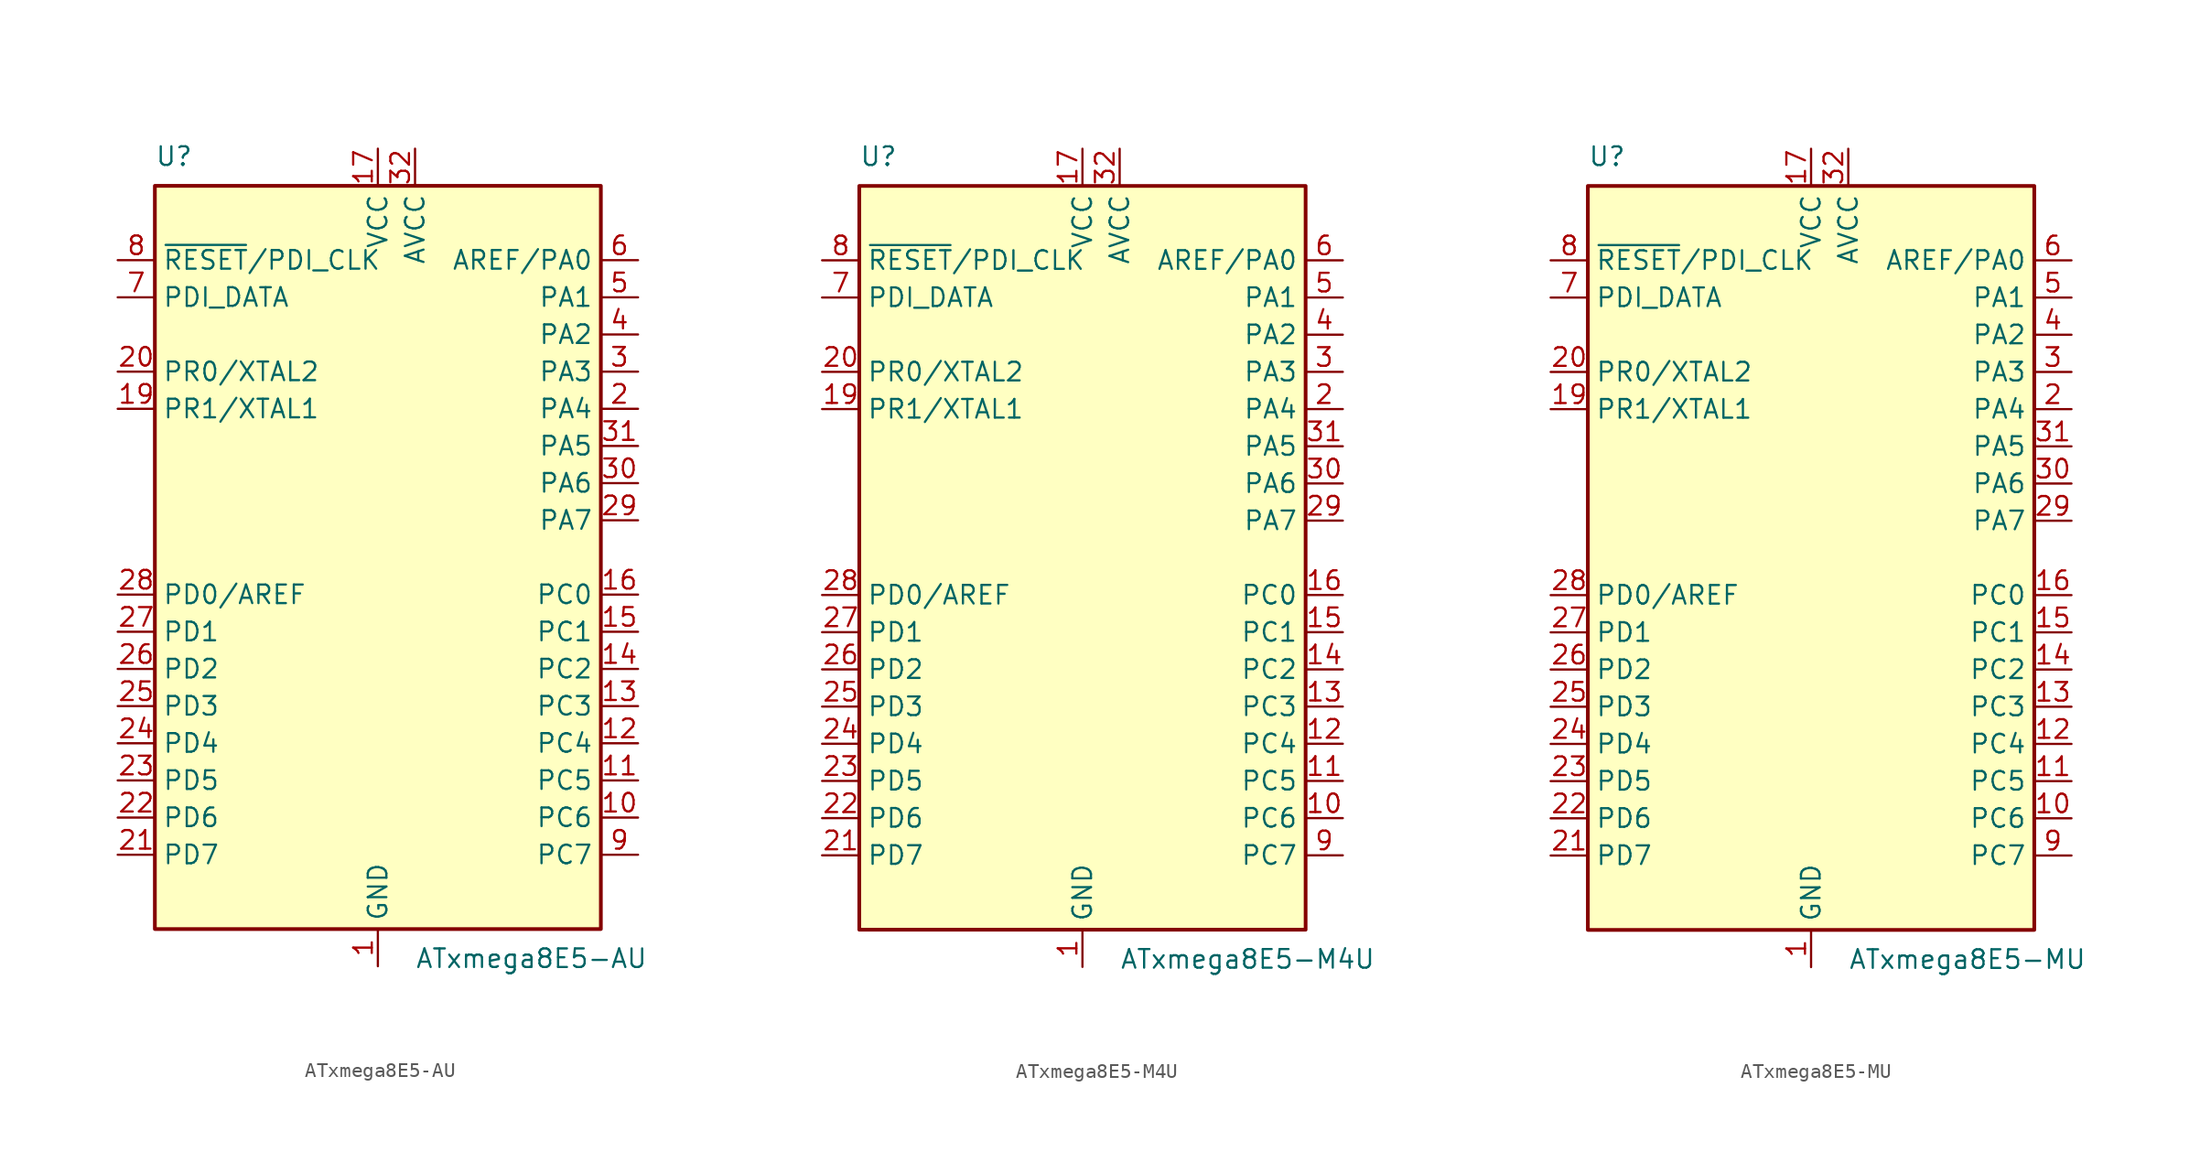
<source format=kicad_sym>
(kicad_symbol_lib
  (version 20211014)
  (generator kicad_symbol_editor)
  (symbol "ATxmega8E5-AU"
    (property "Reference" "U"
      (at -15.24 26.67 0)
      (effects (font (size 1.27 1.27)) (justify left bottom)))
    (property "Value" "ATxmega8E5-AU"
      (at 2.54 -26.67 0)
      (effects (font (size 1.27 1.27)) (justify left top)))
    (symbol "ATxmega8E5-AU_0_1"
      (rectangle (start -15.24 -25.4) (end 15.24 25.4) (stroke (width 0.254) (type default) (color 0 0 0 0)) (fill (type background))))
    (symbol "ATxmega8E5-AU_1_1"
      (pin power_in line (at 0 -27.94 90) (length 2.54) (name "GND" (effects (font (size 1.27 1.27)))) (number "1" (effects (font (size 1.27 1.27)))))
      (pin bidirectional line (at 17.78 -17.78 180) (length 2.54) (name "PC6" (effects (font (size 1.27 1.27)))) (number "10" (effects (font (size 1.27 1.27)))))
      (pin bidirectional line (at 17.78 -15.24 180) (length 2.54) (name "PC5" (effects (font (size 1.27 1.27)))) (number "11" (effects (font (size 1.27 1.27)))))
      (pin bidirectional line (at 17.78 -12.7 180) (length 2.54) (name "PC4" (effects (font (size 1.27 1.27)))) (number "12" (effects (font (size 1.27 1.27)))))
      (pin bidirectional line (at 17.78 -10.16 180) (length 2.54) (name "PC3" (effects (font (size 1.27 1.27)))) (number "13" (effects (font (size 1.27 1.27)))))
      (pin bidirectional line (at 17.78 -7.62 180) (length 2.54) (name "PC2" (effects (font (size 1.27 1.27)))) (number "14" (effects (font (size 1.27 1.27)))))
      (pin bidirectional line (at 17.78 -5.08 180) (length 2.54) (name "PC1" (effects (font (size 1.27 1.27)))) (number "15" (effects (font (size 1.27 1.27)))))
      (pin bidirectional line (at 17.78 -2.54 180) (length 2.54) (name "PC0" (effects (font (size 1.27 1.27)))) (number "16" (effects (font (size 1.27 1.27)))))
      (pin power_in line (at 0 27.94 270) (length 2.54) (name "VCC" (effects (font (size 1.27 1.27)))) (number "17" (effects (font (size 1.27 1.27)))))
      (pin passive line (at 0 -27.94 90) (length 2.54) hide (name "GND" (effects (font (size 1.27 1.27)))) (number "18" (effects (font (size 1.27 1.27)))))
      (pin bidirectional line (at -17.78 10.16 0) (length 2.54) (name "PR1/XTAL1" (effects (font (size 1.27 1.27)))) (number "19" (effects (font (size 1.27 1.27)))))
      (pin bidirectional line (at 17.78 10.16 180) (length 2.54) (name "PA4" (effects (font (size 1.27 1.27)))) (number "2" (effects (font (size 1.27 1.27)))))
      (pin bidirectional line (at -17.78 12.7 0) (length 2.54) (name "PR0/XTAL2" (effects (font (size 1.27 1.27)))) (number "20" (effects (font (size 1.27 1.27)))))
      (pin bidirectional line (at -17.78 -20.32 0) (length 2.54) (name "PD7" (effects (font (size 1.27 1.27)))) (number "21" (effects (font (size 1.27 1.27)))))
      (pin bidirectional line (at -17.78 -17.78 0) (length 2.54) (name "PD6" (effects (font (size 1.27 1.27)))) (number "22" (effects (font (size 1.27 1.27)))))
      (pin bidirectional line (at -17.78 -15.24 0) (length 2.54) (name "PD5" (effects (font (size 1.27 1.27)))) (number "23" (effects (font (size 1.27 1.27)))))
      (pin bidirectional line (at -17.78 -12.7 0) (length 2.54) (name "PD4" (effects (font (size 1.27 1.27)))) (number "24" (effects (font (size 1.27 1.27)))))
      (pin bidirectional line (at -17.78 -10.16 0) (length 2.54) (name "PD3" (effects (font (size 1.27 1.27)))) (number "25" (effects (font (size 1.27 1.27)))))
      (pin bidirectional line (at -17.78 -7.62 0) (length 2.54) (name "PD2" (effects (font (size 1.27 1.27)))) (number "26" (effects (font (size 1.27 1.27)))))
      (pin bidirectional line (at -17.78 -5.08 0) (length 2.54) (name "PD1" (effects (font (size 1.27 1.27)))) (number "27" (effects (font (size 1.27 1.27)))))
      (pin bidirectional line (at -17.78 -2.54 0) (length 2.54) (name "PD0/AREF" (effects (font (size 1.27 1.27)))) (number "28" (effects (font (size 1.27 1.27)))))
      (pin bidirectional line (at 17.78 2.54 180) (length 2.54) (name "PA7" (effects (font (size 1.27 1.27)))) (number "29" (effects (font (size 1.27 1.27)))))
      (pin bidirectional line (at 17.78 12.7 180) (length 2.54) (name "PA3" (effects (font (size 1.27 1.27)))) (number "3" (effects (font (size 1.27 1.27)))))
      (pin bidirectional line (at 17.78 5.08 180) (length 2.54) (name "PA6" (effects (font (size 1.27 1.27)))) (number "30" (effects (font (size 1.27 1.27)))))
      (pin bidirectional line (at 17.78 7.62 180) (length 2.54) (name "PA5" (effects (font (size 1.27 1.27)))) (number "31" (effects (font (size 1.27 1.27)))))
      (pin power_in line (at 2.54 27.94 270) (length 2.54) (name "AVCC" (effects (font (size 1.27 1.27)))) (number "32" (effects (font (size 1.27 1.27)))))
      (pin bidirectional line (at 17.78 15.24 180) (length 2.54) (name "PA2" (effects (font (size 1.27 1.27)))) (number "4" (effects (font (size 1.27 1.27)))))
      (pin bidirectional line (at 17.78 17.78 180) (length 2.54) (name "PA1" (effects (font (size 1.27 1.27)))) (number "5" (effects (font (size 1.27 1.27)))))
      (pin bidirectional line (at 17.78 20.32 180) (length 2.54) (name "AREF/PA0" (effects (font (size 1.27 1.27)))) (number "6" (effects (font (size 1.27 1.27)))))
      (pin bidirectional line (at -17.78 17.78 0) (length 2.54) (name "PDI_DATA" (effects (font (size 1.27 1.27)))) (number "7" (effects (font (size 1.27 1.27)))))
      (pin input line (at -17.78 20.32 0) (length 2.54) (name "~{RESET}/PDI_CLK" (effects (font (size 1.27 1.27)))) (number "8" (effects (font (size 1.27 1.27)))))
      (pin bidirectional line (at 17.78 -20.32 180) (length 2.54) (name "PC7" (effects (font (size 1.27 1.27)))) (number "9" (effects (font (size 1.27 1.27)))))))
  (symbol "ATxmega8E5-M4U"
    (property "Reference" "U"
      (at -15.24 26.67 0)
      (effects (font (size 1.27 1.27)) (justify left bottom)))
    (property "Value" "ATxmega8E5-M4U"
      (at 2.54 -26.67 0)
      (effects (font (size 1.27 1.27)) (justify left top)))
    (symbol "ATxmega8E5-M4U_0_1"
      (rectangle (start -15.24 -25.4) (end 15.24 25.4) (stroke (width 0.254) (type default) (color 0 0 0 0)) (fill (type background))))
    (symbol "ATxmega8E5-M4U_1_1"
      (pin power_in line (at 0 -27.94 90) (length 2.54) (name "GND" (effects (font (size 1.27 1.27)))) (number "1" (effects (font (size 1.27 1.27)))))
      (pin bidirectional line (at 17.78 -17.78 180) (length 2.54) (name "PC6" (effects (font (size 1.27 1.27)))) (number "10" (effects (font (size 1.27 1.27)))))
      (pin bidirectional line (at 17.78 -15.24 180) (length 2.54) (name "PC5" (effects (font (size 1.27 1.27)))) (number "11" (effects (font (size 1.27 1.27)))))
      (pin bidirectional line (at 17.78 -12.7 180) (length 2.54) (name "PC4" (effects (font (size 1.27 1.27)))) (number "12" (effects (font (size 1.27 1.27)))))
      (pin bidirectional line (at 17.78 -10.16 180) (length 2.54) (name "PC3" (effects (font (size 1.27 1.27)))) (number "13" (effects (font (size 1.27 1.27)))))
      (pin bidirectional line (at 17.78 -7.62 180) (length 2.54) (name "PC2" (effects (font (size 1.27 1.27)))) (number "14" (effects (font (size 1.27 1.27)))))
      (pin bidirectional line (at 17.78 -5.08 180) (length 2.54) (name "PC1" (effects (font (size 1.27 1.27)))) (number "15" (effects (font (size 1.27 1.27)))))
      (pin bidirectional line (at 17.78 -2.54 180) (length 2.54) (name "PC0" (effects (font (size 1.27 1.27)))) (number "16" (effects (font (size 1.27 1.27)))))
      (pin power_in line (at 0 27.94 270) (length 2.54) (name "VCC" (effects (font (size 1.27 1.27)))) (number "17" (effects (font (size 1.27 1.27)))))
      (pin passive line (at 0 -27.94 90) (length 2.54) hide (name "GND" (effects (font (size 1.27 1.27)))) (number "18" (effects (font (size 1.27 1.27)))))
      (pin bidirectional line (at -17.78 10.16 0) (length 2.54) (name "PR1/XTAL1" (effects (font (size 1.27 1.27)))) (number "19" (effects (font (size 1.27 1.27)))))
      (pin bidirectional line (at 17.78 10.16 180) (length 2.54) (name "PA4" (effects (font (size 1.27 1.27)))) (number "2" (effects (font (size 1.27 1.27)))))
      (pin bidirectional line (at -17.78 12.7 0) (length 2.54) (name "PR0/XTAL2" (effects (font (size 1.27 1.27)))) (number "20" (effects (font (size 1.27 1.27)))))
      (pin bidirectional line (at -17.78 -20.32 0) (length 2.54) (name "PD7" (effects (font (size 1.27 1.27)))) (number "21" (effects (font (size 1.27 1.27)))))
      (pin bidirectional line (at -17.78 -17.78 0) (length 2.54) (name "PD6" (effects (font (size 1.27 1.27)))) (number "22" (effects (font (size 1.27 1.27)))))
      (pin bidirectional line (at -17.78 -15.24 0) (length 2.54) (name "PD5" (effects (font (size 1.27 1.27)))) (number "23" (effects (font (size 1.27 1.27)))))
      (pin bidirectional line (at -17.78 -12.7 0) (length 2.54) (name "PD4" (effects (font (size 1.27 1.27)))) (number "24" (effects (font (size 1.27 1.27)))))
      (pin bidirectional line (at -17.78 -10.16 0) (length 2.54) (name "PD3" (effects (font (size 1.27 1.27)))) (number "25" (effects (font (size 1.27 1.27)))))
      (pin bidirectional line (at -17.78 -7.62 0) (length 2.54) (name "PD2" (effects (font (size 1.27 1.27)))) (number "26" (effects (font (size 1.27 1.27)))))
      (pin bidirectional line (at -17.78 -5.08 0) (length 2.54) (name "PD1" (effects (font (size 1.27 1.27)))) (number "27" (effects (font (size 1.27 1.27)))))
      (pin bidirectional line (at -17.78 -2.54 0) (length 2.54) (name "PD0/AREF" (effects (font (size 1.27 1.27)))) (number "28" (effects (font (size 1.27 1.27)))))
      (pin bidirectional line (at 17.78 2.54 180) (length 2.54) (name "PA7" (effects (font (size 1.27 1.27)))) (number "29" (effects (font (size 1.27 1.27)))))
      (pin bidirectional line (at 17.78 12.7 180) (length 2.54) (name "PA3" (effects (font (size 1.27 1.27)))) (number "3" (effects (font (size 1.27 1.27)))))
      (pin bidirectional line (at 17.78 5.08 180) (length 2.54) (name "PA6" (effects (font (size 1.27 1.27)))) (number "30" (effects (font (size 1.27 1.27)))))
      (pin bidirectional line (at 17.78 7.62 180) (length 2.54) (name "PA5" (effects (font (size 1.27 1.27)))) (number "31" (effects (font (size 1.27 1.27)))))
      (pin power_in line (at 2.54 27.94 270) (length 2.54) (name "AVCC" (effects (font (size 1.27 1.27)))) (number "32" (effects (font (size 1.27 1.27)))))
      (pin passive line (at 0 -27.94 90) (length 2.54) hide (name "GND" (effects (font (size 1.27 1.27)))) (number "33" (effects (font (size 1.27 1.27)))))
      (pin bidirectional line (at 17.78 15.24 180) (length 2.54) (name "PA2" (effects (font (size 1.27 1.27)))) (number "4" (effects (font (size 1.27 1.27)))))
      (pin bidirectional line (at 17.78 17.78 180) (length 2.54) (name "PA1" (effects (font (size 1.27 1.27)))) (number "5" (effects (font (size 1.27 1.27)))))
      (pin bidirectional line (at 17.78 20.32 180) (length 2.54) (name "AREF/PA0" (effects (font (size 1.27 1.27)))) (number "6" (effects (font (size 1.27 1.27)))))
      (pin bidirectional line (at -17.78 17.78 0) (length 2.54) (name "PDI_DATA" (effects (font (size 1.27 1.27)))) (number "7" (effects (font (size 1.27 1.27)))))
      (pin input line (at -17.78 20.32 0) (length 2.54) (name "~{RESET}/PDI_CLK" (effects (font (size 1.27 1.27)))) (number "8" (effects (font (size 1.27 1.27)))))
      (pin bidirectional line (at 17.78 -20.32 180) (length 2.54) (name "PC7" (effects (font (size 1.27 1.27)))) (number "9" (effects (font (size 1.27 1.27)))))))
  (symbol "ATxmega8E5-MU"
    (property "Reference" "U"
      (at -15.24 26.67 0)
      (effects (font (size 1.27 1.27)) (justify left bottom)))
    (property "Value" "ATxmega8E5-MU"
      (at 2.54 -26.67 0)
      (effects (font (size 1.27 1.27)) (justify left top)))
    (symbol "ATxmega8E5-MU_0_1"
      (rectangle (start -15.24 -25.4) (end 15.24 25.4) (stroke (width 0.254) (type default) (color 0 0 0 0)) (fill (type background))))
    (symbol "ATxmega8E5-MU_1_1"
      (pin power_in line (at 0 -27.94 90) (length 2.54) (name "GND" (effects (font (size 1.27 1.27)))) (number "1" (effects (font (size 1.27 1.27)))))
      (pin bidirectional line (at 17.78 -17.78 180) (length 2.54) (name "PC6" (effects (font (size 1.27 1.27)))) (number "10" (effects (font (size 1.27 1.27)))))
      (pin bidirectional line (at 17.78 -15.24 180) (length 2.54) (name "PC5" (effects (font (size 1.27 1.27)))) (number "11" (effects (font (size 1.27 1.27)))))
      (pin bidirectional line (at 17.78 -12.7 180) (length 2.54) (name "PC4" (effects (font (size 1.27 1.27)))) (number "12" (effects (font (size 1.27 1.27)))))
      (pin bidirectional line (at 17.78 -10.16 180) (length 2.54) (name "PC3" (effects (font (size 1.27 1.27)))) (number "13" (effects (font (size 1.27 1.27)))))
      (pin bidirectional line (at 17.78 -7.62 180) (length 2.54) (name "PC2" (effects (font (size 1.27 1.27)))) (number "14" (effects (font (size 1.27 1.27)))))
      (pin bidirectional line (at 17.78 -5.08 180) (length 2.54) (name "PC1" (effects (font (size 1.27 1.27)))) (number "15" (effects (font (size 1.27 1.27)))))
      (pin bidirectional line (at 17.78 -2.54 180) (length 2.54) (name "PC0" (effects (font (size 1.27 1.27)))) (number "16" (effects (font (size 1.27 1.27)))))
      (pin power_in line (at 0 27.94 270) (length 2.54) (name "VCC" (effects (font (size 1.27 1.27)))) (number "17" (effects (font (size 1.27 1.27)))))
      (pin passive line (at 0 -27.94 90) (length 2.54) hide (name "GND" (effects (font (size 1.27 1.27)))) (number "18" (effects (font (size 1.27 1.27)))))
      (pin bidirectional line (at -17.78 10.16 0) (length 2.54) (name "PR1/XTAL1" (effects (font (size 1.27 1.27)))) (number "19" (effects (font (size 1.27 1.27)))))
      (pin bidirectional line (at 17.78 10.16 180) (length 2.54) (name "PA4" (effects (font (size 1.27 1.27)))) (number "2" (effects (font (size 1.27 1.27)))))
      (pin bidirectional line (at -17.78 12.7 0) (length 2.54) (name "PR0/XTAL2" (effects (font (size 1.27 1.27)))) (number "20" (effects (font (size 1.27 1.27)))))
      (pin bidirectional line (at -17.78 -20.32 0) (length 2.54) (name "PD7" (effects (font (size 1.27 1.27)))) (number "21" (effects (font (size 1.27 1.27)))))
      (pin bidirectional line (at -17.78 -17.78 0) (length 2.54) (name "PD6" (effects (font (size 1.27 1.27)))) (number "22" (effects (font (size 1.27 1.27)))))
      (pin bidirectional line (at -17.78 -15.24 0) (length 2.54) (name "PD5" (effects (font (size 1.27 1.27)))) (number "23" (effects (font (size 1.27 1.27)))))
      (pin bidirectional line (at -17.78 -12.7 0) (length 2.54) (name "PD4" (effects (font (size 1.27 1.27)))) (number "24" (effects (font (size 1.27 1.27)))))
      (pin bidirectional line (at -17.78 -10.16 0) (length 2.54) (name "PD3" (effects (font (size 1.27 1.27)))) (number "25" (effects (font (size 1.27 1.27)))))
      (pin bidirectional line (at -17.78 -7.62 0) (length 2.54) (name "PD2" (effects (font (size 1.27 1.27)))) (number "26" (effects (font (size 1.27 1.27)))))
      (pin bidirectional line (at -17.78 -5.08 0) (length 2.54) (name "PD1" (effects (font (size 1.27 1.27)))) (number "27" (effects (font (size 1.27 1.27)))))
      (pin bidirectional line (at -17.78 -2.54 0) (length 2.54) (name "PD0/AREF" (effects (font (size 1.27 1.27)))) (number "28" (effects (font (size 1.27 1.27)))))
      (pin bidirectional line (at 17.78 2.54 180) (length 2.54) (name "PA7" (effects (font (size 1.27 1.27)))) (number "29" (effects (font (size 1.27 1.27)))))
      (pin bidirectional line (at 17.78 12.7 180) (length 2.54) (name "PA3" (effects (font (size 1.27 1.27)))) (number "3" (effects (font (size 1.27 1.27)))))
      (pin bidirectional line (at 17.78 5.08 180) (length 2.54) (name "PA6" (effects (font (size 1.27 1.27)))) (number "30" (effects (font (size 1.27 1.27)))))
      (pin bidirectional line (at 17.78 7.62 180) (length 2.54) (name "PA5" (effects (font (size 1.27 1.27)))) (number "31" (effects (font (size 1.27 1.27)))))
      (pin power_in line (at 2.54 27.94 270) (length 2.54) (name "AVCC" (effects (font (size 1.27 1.27)))) (number "32" (effects (font (size 1.27 1.27)))))
      (pin passive line (at 0 -27.94 90) (length 2.54) hide (name "GND" (effects (font (size 1.27 1.27)))) (number "33" (effects (font (size 1.27 1.27)))))
      (pin bidirectional line (at 17.78 15.24 180) (length 2.54) (name "PA2" (effects (font (size 1.27 1.27)))) (number "4" (effects (font (size 1.27 1.27)))))
      (pin bidirectional line (at 17.78 17.78 180) (length 2.54) (name "PA1" (effects (font (size 1.27 1.27)))) (number "5" (effects (font (size 1.27 1.27)))))
      (pin bidirectional line (at 17.78 20.32 180) (length 2.54) (name "AREF/PA0" (effects (font (size 1.27 1.27)))) (number "6" (effects (font (size 1.27 1.27)))))
      (pin bidirectional line (at -17.78 17.78 0) (length 2.54) (name "PDI_DATA" (effects (font (size 1.27 1.27)))) (number "7" (effects (font (size 1.27 1.27)))))
      (pin input line (at -17.78 20.32 0) (length 2.54) (name "~{RESET}/PDI_CLK" (effects (font (size 1.27 1.27)))) (number "8" (effects (font (size 1.27 1.27)))))
      (pin bidirectional line (at 17.78 -20.32 180) (length 2.54) (name "PC7" (effects (font (size 1.27 1.27)))) (number "9" (effects (font (size 1.27 1.27))))))))
</source>
